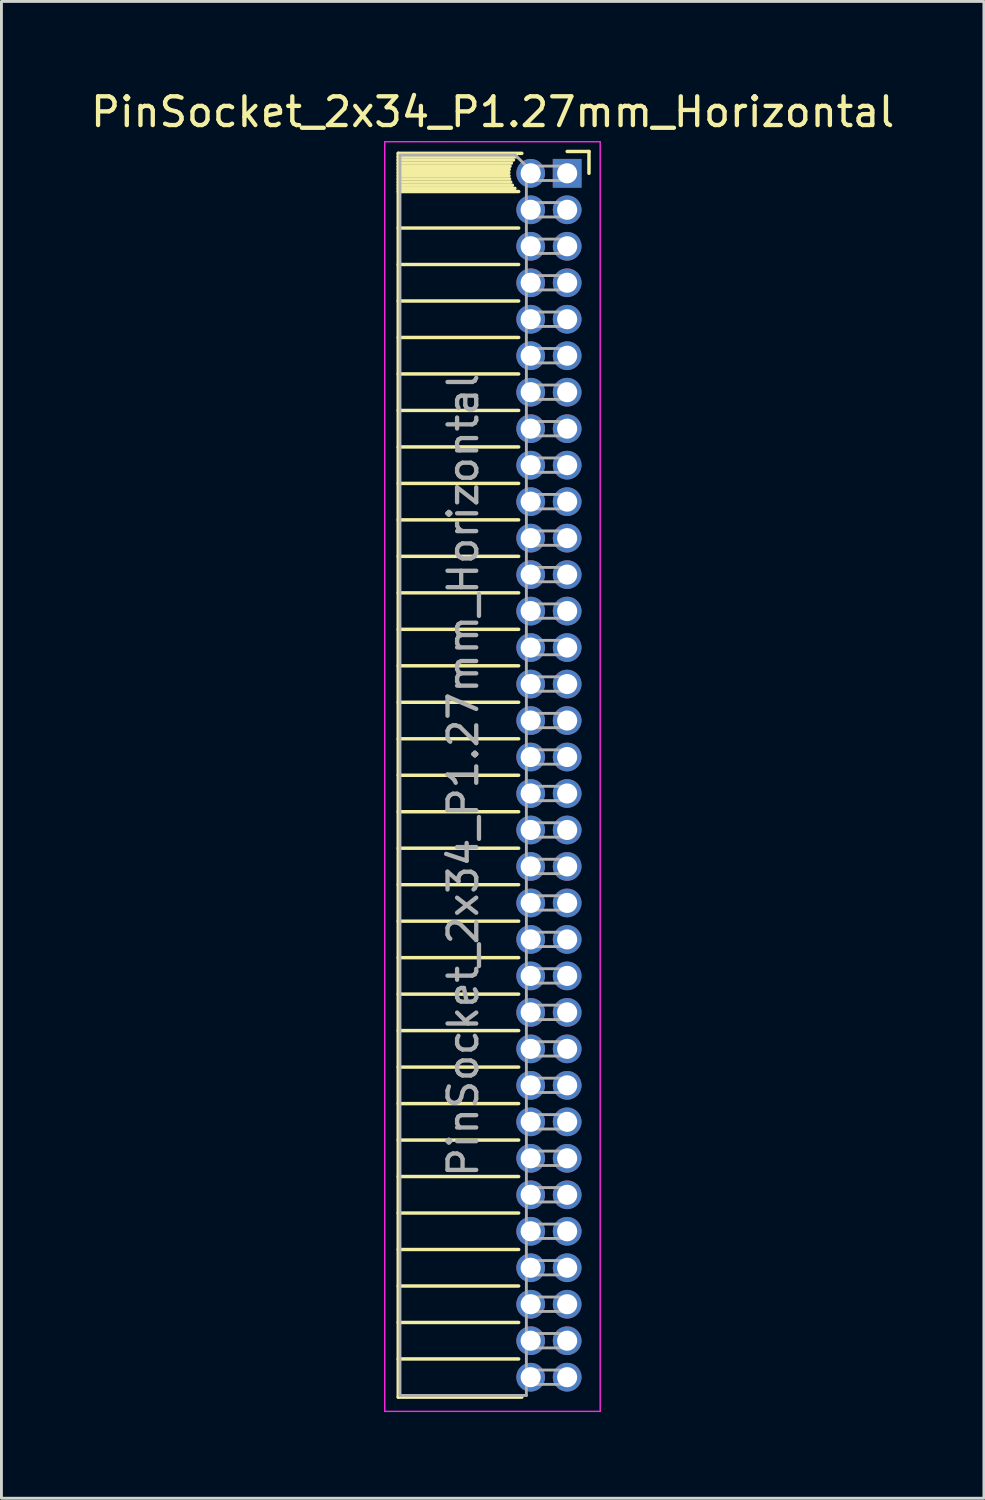
<source format=kicad_pcb>
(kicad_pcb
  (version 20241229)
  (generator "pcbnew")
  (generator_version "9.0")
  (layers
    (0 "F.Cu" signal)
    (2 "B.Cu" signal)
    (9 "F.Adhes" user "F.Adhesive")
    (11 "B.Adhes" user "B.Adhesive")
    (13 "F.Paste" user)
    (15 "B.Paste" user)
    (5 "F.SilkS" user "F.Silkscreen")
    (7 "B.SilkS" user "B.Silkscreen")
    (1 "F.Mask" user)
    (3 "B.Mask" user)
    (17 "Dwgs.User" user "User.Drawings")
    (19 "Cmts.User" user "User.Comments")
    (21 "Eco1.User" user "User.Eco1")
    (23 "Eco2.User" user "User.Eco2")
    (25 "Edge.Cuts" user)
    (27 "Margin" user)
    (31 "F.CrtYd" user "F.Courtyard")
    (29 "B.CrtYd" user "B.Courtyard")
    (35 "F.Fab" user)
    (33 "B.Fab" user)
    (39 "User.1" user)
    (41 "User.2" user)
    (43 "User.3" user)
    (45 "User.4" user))
  (footprint "PinSocket_2x34_P1.27mm_Horizontal"
    (layer "F.Cu")
    (at 16.694 2.983)
    (property "Reference" "PinSocket_2x34_P1.27mm_Horizontal" (at -2.592 -2.135 0) (layer "F.SilkS") (effects (font (size 1 1) (thickness 0.15))))
    (attr through_hole)
    (fp_line (start -5.88 -0.695) (end -5.88 42.605) (stroke (width 0.12) (type solid)) (layer "F.SilkS"))
    (fp_line (start -5.88 -0.695) (end -1.578 -0.695) (stroke (width 0.12) (type solid)) (layer "F.SilkS"))
    (fp_line (start -5.88 -0.575) (end -1.767 -0.575) (stroke (width 0.12) (type solid)) (layer "F.SilkS"))
    (fp_line (start -5.88 -0.465) (end -1.871 -0.465) (stroke (width 0.12) (type solid)) (layer "F.SilkS"))
    (fp_line (start -5.88 -0.355) (end -1.942 -0.355) (stroke (width 0.12) (type solid)) (layer "F.SilkS"))
    (fp_line (start -5.88 -0.245) (end -1.989 -0.245) (stroke (width 0.12) (type solid)) (layer "F.SilkS"))
    (fp_line (start -5.88 -0.135) (end -2.018 -0.135) (stroke (width 0.12) (type solid)) (layer "F.SilkS"))
    (fp_line (start -5.88 -0.025) (end -2.03 -0.025) (stroke (width 0.12) (type solid)) (layer "F.SilkS"))
    (fp_line (start -5.88 0.085) (end -2.025 0.085) (stroke (width 0.12) (type solid)) (layer "F.SilkS"))
    (fp_line (start -5.88 0.195) (end -2.005 0.195) (stroke (width 0.12) (type solid)) (layer "F.SilkS"))
    (fp_line (start -5.88 0.305) (end -1.966 0.305) (stroke (width 0.12) (type solid)) (layer "F.SilkS"))
    (fp_line (start -5.88 0.415) (end -1.907 0.415) (stroke (width 0.12) (type solid)) (layer "F.SilkS"))
    (fp_line (start -5.88 0.525) (end -1.82 0.525) (stroke (width 0.12) (type solid)) (layer "F.SilkS"))
    (fp_line (start -5.88 0.635) (end -1.688 0.635) (stroke (width 0.12) (type solid)) (layer "F.SilkS"))
    (fp_line (start -5.88 1.905) (end -1.688 1.905) (stroke (width 0.12) (type solid)) (layer "F.SilkS"))
    (fp_line (start -5.88 3.175) (end -1.688 3.175) (stroke (width 0.12) (type solid)) (layer "F.SilkS"))
    (fp_line (start -5.88 4.445) (end -1.688 4.445) (stroke (width 0.12) (type solid)) (layer "F.SilkS"))
    (fp_line (start -5.88 5.715) (end -1.688 5.715) (stroke (width 0.12) (type solid)) (layer "F.SilkS"))
    (fp_line (start -5.88 6.985) (end -1.688 6.985) (stroke (width 0.12) (type solid)) (layer "F.SilkS"))
    (fp_line (start -5.88 8.255) (end -1.688 8.255) (stroke (width 0.12) (type solid)) (layer "F.SilkS"))
    (fp_line (start -5.88 9.525) (end -1.688 9.525) (stroke (width 0.12) (type solid)) (layer "F.SilkS"))
    (fp_line (start -5.88 10.795) (end -1.688 10.795) (stroke (width 0.12) (type solid)) (layer "F.SilkS"))
    (fp_line (start -5.88 12.065) (end -1.688 12.065) (stroke (width 0.12) (type solid)) (layer "F.SilkS"))
    (fp_line (start -5.88 13.335) (end -1.688 13.335) (stroke (width 0.12) (type solid)) (layer "F.SilkS"))
    (fp_line (start -5.88 14.605) (end -1.688 14.605) (stroke (width 0.12) (type solid)) (layer "F.SilkS"))
    (fp_line (start -5.88 15.875) (end -1.688 15.875) (stroke (width 0.12) (type solid)) (layer "F.SilkS"))
    (fp_line (start -5.88 17.145) (end -1.688 17.145) (stroke (width 0.12) (type solid)) (layer "F.SilkS"))
    (fp_line (start -5.88 18.415) (end -1.688 18.415) (stroke (width 0.12) (type solid)) (layer "F.SilkS"))
    (fp_line (start -5.88 19.685) (end -1.688 19.685) (stroke (width 0.12) (type solid)) (layer "F.SilkS"))
    (fp_line (start -5.88 20.955) (end -1.688 20.955) (stroke (width 0.12) (type solid)) (layer "F.SilkS"))
    (fp_line (start -5.88 22.225) (end -1.688 22.225) (stroke (width 0.12) (type solid)) (layer "F.SilkS"))
    (fp_line (start -5.88 23.495) (end -1.688 23.495) (stroke (width 0.12) (type solid)) (layer "F.SilkS"))
    (fp_line (start -5.88 24.765) (end -1.688 24.765) (stroke (width 0.12) (type solid)) (layer "F.SilkS"))
    (fp_line (start -5.88 26.035) (end -1.688 26.035) (stroke (width 0.12) (type solid)) (layer "F.SilkS"))
    (fp_line (start -5.88 27.305) (end -1.688 27.305) (stroke (width 0.12) (type solid)) (layer "F.SilkS"))
    (fp_line (start -5.88 28.575) (end -1.688 28.575) (stroke (width 0.12) (type solid)) (layer "F.SilkS"))
    (fp_line (start -5.88 29.845) (end -1.688 29.845) (stroke (width 0.12) (type solid)) (layer "F.SilkS"))
    (fp_line (start -5.88 31.115) (end -1.688 31.115) (stroke (width 0.12) (type solid)) (layer "F.SilkS"))
    (fp_line (start -5.88 32.385) (end -1.688 32.385) (stroke (width 0.12) (type solid)) (layer "F.SilkS"))
    (fp_line (start -5.88 33.655) (end -1.688 33.655) (stroke (width 0.12) (type solid)) (layer "F.SilkS"))
    (fp_line (start -5.88 34.925) (end -1.688 34.925) (stroke (width 0.12) (type solid)) (layer "F.SilkS"))
    (fp_line (start -5.88 36.195) (end -1.688 36.195) (stroke (width 0.12) (type solid)) (layer "F.SilkS"))
    (fp_line (start -5.88 37.465) (end -1.688 37.465) (stroke (width 0.12) (type solid)) (layer "F.SilkS"))
    (fp_line (start -5.88 38.735) (end -1.688 38.735) (stroke (width 0.12) (type solid)) (layer "F.SilkS"))
    (fp_line (start -5.88 40.005) (end -1.688 40.005) (stroke (width 0.12) (type solid)) (layer "F.SilkS"))
    (fp_line (start -5.88 41.275) (end -1.688 41.275) (stroke (width 0.12) (type solid)) (layer "F.SilkS"))
    (fp_line (start -5.88 42.605) (end -1.578 42.605) (stroke (width 0.12) (type solid)) (layer "F.SilkS"))
    (fp_line (start 0 -0.76) (end 0.76 -0.76) (stroke (width 0.12) (type solid)) (layer "F.SilkS"))
    (fp_line (start 0.76 -0.76) (end 0.76 0) (stroke (width 0.12) (type solid)) (layer "F.SilkS"))
    (fp_line (start -6.35 -1.1) (end -6.35 43.1) (stroke (width 0.05) (type solid)) (layer "F.CrtYd"))
    (fp_line (start -6.35 43.1) (end 1.15 43.1) (stroke (width 0.05) (type solid)) (layer "F.CrtYd"))
    (fp_line (start 1.15 -1.1) (end -6.35 -1.1) (stroke (width 0.05) (type solid)) (layer "F.CrtYd"))
    (fp_line (start 1.15 43.1) (end 1.15 -1.1) (stroke (width 0.05) (type solid)) (layer "F.CrtYd"))
    (fp_line (start -5.82 -0.635) (end -1.805 -0.635) (stroke (width 0.1) (type solid)) (layer "F.Fab"))
    (fp_line (start -5.82 42.545) (end -5.82 -0.635) (stroke (width 0.1) (type solid)) (layer "F.Fab"))
    (fp_line (start -1.805 -0.635) (end -1.42 -0.25) (stroke (width 0.1) (type solid)) (layer "F.Fab"))
    (fp_line (start -1.42 -0.25) (end -1.42 42.545) (stroke (width 0.1) (type solid)) (layer "F.Fab"))
    (fp_line (start -1.42 0.25) (end 0 0.25) (stroke (width 0.1) (type solid)) (layer "F.Fab"))
    (fp_line (start -1.42 1.52) (end 0 1.52) (stroke (width 0.1) (type solid)) (layer "F.Fab"))
    (fp_line (start -1.42 2.79) (end 0 2.79) (stroke (width 0.1) (type solid)) (layer "F.Fab"))
    (fp_line (start -1.42 4.06) (end 0 4.06) (stroke (width 0.1) (type solid)) (layer "F.Fab"))
    (fp_line (start -1.42 5.33) (end 0 5.33) (stroke (width 0.1) (type solid)) (layer "F.Fab"))
    (fp_line (start -1.42 6.6) (end 0 6.6) (stroke (width 0.1) (type solid)) (layer "F.Fab"))
    (fp_line (start -1.42 7.87) (end 0 7.87) (stroke (width 0.1) (type solid)) (layer "F.Fab"))
    (fp_line (start -1.42 9.14) (end 0 9.14) (stroke (width 0.1) (type solid)) (layer "F.Fab"))
    (fp_line (start -1.42 10.41) (end 0 10.41) (stroke (width 0.1) (type solid)) (layer "F.Fab"))
    (fp_line (start -1.42 11.68) (end 0 11.68) (stroke (width 0.1) (type solid)) (layer "F.Fab"))
    (fp_line (start -1.42 12.95) (end 0 12.95) (stroke (width 0.1) (type solid)) (layer "F.Fab"))
    (fp_line (start -1.42 14.22) (end 0 14.22) (stroke (width 0.1) (type solid)) (layer "F.Fab"))
    (fp_line (start -1.42 15.49) (end 0 15.49) (stroke (width 0.1) (type solid)) (layer "F.Fab"))
    (fp_line (start -1.42 16.76) (end 0 16.76) (stroke (width 0.1) (type solid)) (layer "F.Fab"))
    (fp_line (start -1.42 18.03) (end 0 18.03) (stroke (width 0.1) (type solid)) (layer "F.Fab"))
    (fp_line (start -1.42 19.3) (end 0 19.3) (stroke (width 0.1) (type solid)) (layer "F.Fab"))
    (fp_line (start -1.42 20.57) (end 0 20.57) (stroke (width 0.1) (type solid)) (layer "F.Fab"))
    (fp_line (start -1.42 21.84) (end 0 21.84) (stroke (width 0.1) (type solid)) (layer "F.Fab"))
    (fp_line (start -1.42 23.11) (end 0 23.11) (stroke (width 0.1) (type solid)) (layer "F.Fab"))
    (fp_line (start -1.42 24.38) (end 0 24.38) (stroke (width 0.1) (type solid)) (layer "F.Fab"))
    (fp_line (start -1.42 25.65) (end 0 25.65) (stroke (width 0.1) (type solid)) (layer "F.Fab"))
    (fp_line (start -1.42 26.92) (end 0 26.92) (stroke (width 0.1) (type solid)) (layer "F.Fab"))
    (fp_line (start -1.42 28.19) (end 0 28.19) (stroke (width 0.1) (type solid)) (layer "F.Fab"))
    (fp_line (start -1.42 29.46) (end 0 29.46) (stroke (width 0.1) (type solid)) (layer "F.Fab"))
    (fp_line (start -1.42 30.73) (end 0 30.73) (stroke (width 0.1) (type solid)) (layer "F.Fab"))
    (fp_line (start -1.42 32) (end 0 32) (stroke (width 0.1) (type solid)) (layer "F.Fab"))
    (fp_line (start -1.42 33.27) (end 0 33.27) (stroke (width 0.1) (type solid)) (layer "F.Fab"))
    (fp_line (start -1.42 34.54) (end 0 34.54) (stroke (width 0.1) (type solid)) (layer "F.Fab"))
    (fp_line (start -1.42 35.81) (end 0 35.81) (stroke (width 0.1) (type solid)) (layer "F.Fab"))
    (fp_line (start -1.42 37.08) (end 0 37.08) (stroke (width 0.1) (type solid)) (layer "F.Fab"))
    (fp_line (start -1.42 38.35) (end 0 38.35) (stroke (width 0.1) (type solid)) (layer "F.Fab"))
    (fp_line (start -1.42 39.62) (end 0 39.62) (stroke (width 0.1) (type solid)) (layer "F.Fab"))
    (fp_line (start -1.42 40.89) (end 0 40.89) (stroke (width 0.1) (type solid)) (layer "F.Fab"))
    (fp_line (start -1.42 42.16) (end 0 42.16) (stroke (width 0.1) (type solid)) (layer "F.Fab"))
    (fp_line (start -1.42 42.545) (end -5.82 42.545) (stroke (width 0.1) (type solid)) (layer "F.Fab"))
    (fp_line (start 0 -0.25) (end -1.42 -0.25) (stroke (width 0.1) (type solid)) (layer "F.Fab"))
    (fp_line (start 0 0.25) (end 0 -0.25) (stroke (width 0.1) (type solid)) (layer "F.Fab"))
    (fp_line (start 0 1.02) (end -1.42 1.02) (stroke (width 0.1) (type solid)) (layer "F.Fab"))
    (fp_line (start 0 1.52) (end 0 1.02) (stroke (width 0.1) (type solid)) (layer "F.Fab"))
    (fp_line (start 0 2.29) (end -1.42 2.29) (stroke (width 0.1) (type solid)) (layer "F.Fab"))
    (fp_line (start 0 2.79) (end 0 2.29) (stroke (width 0.1) (type solid)) (layer "F.Fab"))
    (fp_line (start 0 3.56) (end -1.42 3.56) (stroke (width 0.1) (type solid)) (layer "F.Fab"))
    (fp_line (start 0 4.06) (end 0 3.56) (stroke (width 0.1) (type solid)) (layer "F.Fab"))
    (fp_line (start 0 4.83) (end -1.42 4.83) (stroke (width 0.1) (type solid)) (layer "F.Fab"))
    (fp_line (start 0 5.33) (end 0 4.83) (stroke (width 0.1) (type solid)) (layer "F.Fab"))
    (fp_line (start 0 6.1) (end -1.42 6.1) (stroke (width 0.1) (type solid)) (layer "F.Fab"))
    (fp_line (start 0 6.6) (end 0 6.1) (stroke (width 0.1) (type solid)) (layer "F.Fab"))
    (fp_line (start 0 7.37) (end -1.42 7.37) (stroke (width 0.1) (type solid)) (layer "F.Fab"))
    (fp_line (start 0 7.87) (end 0 7.37) (stroke (width 0.1) (type solid)) (layer "F.Fab"))
    (fp_line (start 0 8.64) (end -1.42 8.64) (stroke (width 0.1) (type solid)) (layer "F.Fab"))
    (fp_line (start 0 9.14) (end 0 8.64) (stroke (width 0.1) (type solid)) (layer "F.Fab"))
    (fp_line (start 0 9.91) (end -1.42 9.91) (stroke (width 0.1) (type solid)) (layer "F.Fab"))
    (fp_line (start 0 10.41) (end 0 9.91) (stroke (width 0.1) (type solid)) (layer "F.Fab"))
    (fp_line (start 0 11.18) (end -1.42 11.18) (stroke (width 0.1) (type solid)) (layer "F.Fab"))
    (fp_line (start 0 11.68) (end 0 11.18) (stroke (width 0.1) (type solid)) (layer "F.Fab"))
    (fp_line (start 0 12.45) (end -1.42 12.45) (stroke (width 0.1) (type solid)) (layer "F.Fab"))
    (fp_line (start 0 12.95) (end 0 12.45) (stroke (width 0.1) (type solid)) (layer "F.Fab"))
    (fp_line (start 0 13.72) (end -1.42 13.72) (stroke (width 0.1) (type solid)) (layer "F.Fab"))
    (fp_line (start 0 14.22) (end 0 13.72) (stroke (width 0.1) (type solid)) (layer "F.Fab"))
    (fp_line (start 0 14.99) (end -1.42 14.99) (stroke (width 0.1) (type solid)) (layer "F.Fab"))
    (fp_line (start 0 15.49) (end 0 14.99) (stroke (width 0.1) (type solid)) (layer "F.Fab"))
    (fp_line (start 0 16.26) (end -1.42 16.26) (stroke (width 0.1) (type solid)) (layer "F.Fab"))
    (fp_line (start 0 16.76) (end 0 16.26) (stroke (width 0.1) (type solid)) (layer "F.Fab"))
    (fp_line (start 0 17.53) (end -1.42 17.53) (stroke (width 0.1) (type solid)) (layer "F.Fab"))
    (fp_line (start 0 18.03) (end 0 17.53) (stroke (width 0.1) (type solid)) (layer "F.Fab"))
    (fp_line (start 0 18.8) (end -1.42 18.8) (stroke (width 0.1) (type solid)) (layer "F.Fab"))
    (fp_line (start 0 19.3) (end 0 18.8) (stroke (width 0.1) (type solid)) (layer "F.Fab"))
    (fp_line (start 0 20.07) (end -1.42 20.07) (stroke (width 0.1) (type solid)) (layer "F.Fab"))
    (fp_line (start 0 20.57) (end 0 20.07) (stroke (width 0.1) (type solid)) (layer "F.Fab"))
    (fp_line (start 0 21.34) (end -1.42 21.34) (stroke (width 0.1) (type solid)) (layer "F.Fab"))
    (fp_line (start 0 21.84) (end 0 21.34) (stroke (width 0.1) (type solid)) (layer "F.Fab"))
    (fp_line (start 0 22.61) (end -1.42 22.61) (stroke (width 0.1) (type solid)) (layer "F.Fab"))
    (fp_line (start 0 23.11) (end 0 22.61) (stroke (width 0.1) (type solid)) (layer "F.Fab"))
    (fp_line (start 0 23.88) (end -1.42 23.88) (stroke (width 0.1) (type solid)) (layer "F.Fab"))
    (fp_line (start 0 24.38) (end 0 23.88) (stroke (width 0.1) (type solid)) (layer "F.Fab"))
    (fp_line (start 0 25.15) (end -1.42 25.15) (stroke (width 0.1) (type solid)) (layer "F.Fab"))
    (fp_line (start 0 25.65) (end 0 25.15) (stroke (width 0.1) (type solid)) (layer "F.Fab"))
    (fp_line (start 0 26.42) (end -1.42 26.42) (stroke (width 0.1) (type solid)) (layer "F.Fab"))
    (fp_line (start 0 26.92) (end 0 26.42) (stroke (width 0.1) (type solid)) (layer "F.Fab"))
    (fp_line (start 0 27.69) (end -1.42 27.69) (stroke (width 0.1) (type solid)) (layer "F.Fab"))
    (fp_line (start 0 28.19) (end 0 27.69) (stroke (width 0.1) (type solid)) (layer "F.Fab"))
    (fp_line (start 0 28.96) (end -1.42 28.96) (stroke (width 0.1) (type solid)) (layer "F.Fab"))
    (fp_line (start 0 29.46) (end 0 28.96) (stroke (width 0.1) (type solid)) (layer "F.Fab"))
    (fp_line (start 0 30.23) (end -1.42 30.23) (stroke (width 0.1) (type solid)) (layer "F.Fab"))
    (fp_line (start 0 30.73) (end 0 30.23) (stroke (width 0.1) (type solid)) (layer "F.Fab"))
    (fp_line (start 0 31.5) (end -1.42 31.5) (stroke (width 0.1) (type solid)) (layer "F.Fab"))
    (fp_line (start 0 32) (end 0 31.5) (stroke (width 0.1) (type solid)) (layer "F.Fab"))
    (fp_line (start 0 32.77) (end -1.42 32.77) (stroke (width 0.1) (type solid)) (layer "F.Fab"))
    (fp_line (start 0 33.27) (end 0 32.77) (stroke (width 0.1) (type solid)) (layer "F.Fab"))
    (fp_line (start 0 34.04) (end -1.42 34.04) (stroke (width 0.1) (type solid)) (layer "F.Fab"))
    (fp_line (start 0 34.54) (end 0 34.04) (stroke (width 0.1) (type solid)) (layer "F.Fab"))
    (fp_line (start 0 35.31) (end -1.42 35.31) (stroke (width 0.1) (type solid)) (layer "F.Fab"))
    (fp_line (start 0 35.81) (end 0 35.31) (stroke (width 0.1) (type solid)) (layer "F.Fab"))
    (fp_line (start 0 36.58) (end -1.42 36.58) (stroke (width 0.1) (type solid)) (layer "F.Fab"))
    (fp_line (start 0 37.08) (end 0 36.58) (stroke (width 0.1) (type solid)) (layer "F.Fab"))
    (fp_line (start 0 37.85) (end -1.42 37.85) (stroke (width 0.1) (type solid)) (layer "F.Fab"))
    (fp_line (start 0 38.35) (end 0 37.85) (stroke (width 0.1) (type solid)) (layer "F.Fab"))
    (fp_line (start 0 39.12) (end -1.42 39.12) (stroke (width 0.1) (type solid)) (layer "F.Fab"))
    (fp_line (start 0 39.62) (end 0 39.12) (stroke (width 0.1) (type solid)) (layer "F.Fab"))
    (fp_line (start 0 40.39) (end -1.42 40.39) (stroke (width 0.1) (type solid)) (layer "F.Fab"))
    (fp_line (start 0 40.89) (end 0 40.39) (stroke (width 0.1) (type solid)) (layer "F.Fab"))
    (fp_line (start 0 41.66) (end -1.42 41.66) (stroke (width 0.1) (type solid)) (layer "F.Fab"))
    (fp_line (start 0 42.16) (end 0 41.66) (stroke (width 0.1) (type solid)) (layer "F.Fab"))
    (fp_text user "${REFERENCE}" (at -3.62 20.955 90) (layer "F.Fab") (effects (font (size 1 1) (thickness 0.15))))
    (pad "1" thru_hole rect (at 0 0) (size 1 1) (drill 0.7) (layers "*.Cu" "*.Mask"))
    (pad "2" thru_hole oval (at -1.27 0) (size 1 1) (drill 0.7) (layers "*.Cu" "*.Mask"))
    (pad "3" thru_hole oval (at 0 1.27) (size 1 1) (drill 0.7) (layers "*.Cu" "*.Mask"))
    (pad "4" thru_hole oval (at -1.27 1.27) (size 1 1) (drill 0.7) (layers "*.Cu" "*.Mask"))
    (pad "5" thru_hole oval (at 0 2.54) (size 1 1) (drill 0.7) (layers "*.Cu" "*.Mask"))
    (pad "6" thru_hole oval (at -1.27 2.54) (size 1 1) (drill 0.7) (layers "*.Cu" "*.Mask"))
    (pad "7" thru_hole oval (at 0 3.81) (size 1 1) (drill 0.7) (layers "*.Cu" "*.Mask"))
    (pad "8" thru_hole oval (at -1.27 3.81) (size 1 1) (drill 0.7) (layers "*.Cu" "*.Mask"))
    (pad "9" thru_hole oval (at 0 5.08) (size 1 1) (drill 0.7) (layers "*.Cu" "*.Mask"))
    (pad "10" thru_hole oval (at -1.27 5.08) (size 1 1) (drill 0.7) (layers "*.Cu" "*.Mask"))
    (pad "11" thru_hole oval (at 0 6.35) (size 1 1) (drill 0.7) (layers "*.Cu" "*.Mask"))
    (pad "12" thru_hole oval (at -1.27 6.35) (size 1 1) (drill 0.7) (layers "*.Cu" "*.Mask"))
    (pad "13" thru_hole oval (at 0 7.62) (size 1 1) (drill 0.7) (layers "*.Cu" "*.Mask"))
    (pad "14" thru_hole oval (at -1.27 7.62) (size 1 1) (drill 0.7) (layers "*.Cu" "*.Mask"))
    (pad "15" thru_hole oval (at 0 8.89) (size 1 1) (drill 0.7) (layers "*.Cu" "*.Mask"))
    (pad "16" thru_hole oval (at -1.27 8.89) (size 1 1) (drill 0.7) (layers "*.Cu" "*.Mask"))
    (pad "17" thru_hole oval (at 0 10.16) (size 1 1) (drill 0.7) (layers "*.Cu" "*.Mask"))
    (pad "18" thru_hole oval (at -1.27 10.16) (size 1 1) (drill 0.7) (layers "*.Cu" "*.Mask"))
    (pad "19" thru_hole oval (at 0 11.43) (size 1 1) (drill 0.7) (layers "*.Cu" "*.Mask"))
    (pad "20" thru_hole oval (at -1.27 11.43) (size 1 1) (drill 0.7) (layers "*.Cu" "*.Mask"))
    (pad "21" thru_hole oval (at 0 12.7) (size 1 1) (drill 0.7) (layers "*.Cu" "*.Mask"))
    (pad "22" thru_hole oval (at -1.27 12.7) (size 1 1) (drill 0.7) (layers "*.Cu" "*.Mask"))
    (pad "23" thru_hole oval (at 0 13.97) (size 1 1) (drill 0.7) (layers "*.Cu" "*.Mask"))
    (pad "24" thru_hole oval (at -1.27 13.97) (size 1 1) (drill 0.7) (layers "*.Cu" "*.Mask"))
    (pad "25" thru_hole oval (at 0 15.24) (size 1 1) (drill 0.7) (layers "*.Cu" "*.Mask"))
    (pad "26" thru_hole oval (at -1.27 15.24) (size 1 1) (drill 0.7) (layers "*.Cu" "*.Mask"))
    (pad "27" thru_hole oval (at 0 16.51) (size 1 1) (drill 0.7) (layers "*.Cu" "*.Mask"))
    (pad "28" thru_hole oval (at -1.27 16.51) (size 1 1) (drill 0.7) (layers "*.Cu" "*.Mask"))
    (pad "29" thru_hole oval (at 0 17.78) (size 1 1) (drill 0.7) (layers "*.Cu" "*.Mask"))
    (pad "30" thru_hole oval (at -1.27 17.78) (size 1 1) (drill 0.7) (layers "*.Cu" "*.Mask"))
    (pad "31" thru_hole oval (at 0 19.05) (size 1 1) (drill 0.7) (layers "*.Cu" "*.Mask"))
    (pad "32" thru_hole oval (at -1.27 19.05) (size 1 1) (drill 0.7) (layers "*.Cu" "*.Mask"))
    (pad "33" thru_hole oval (at 0 20.32) (size 1 1) (drill 0.7) (layers "*.Cu" "*.Mask"))
    (pad "34" thru_hole oval (at -1.27 20.32) (size 1 1) (drill 0.7) (layers "*.Cu" "*.Mask"))
    (pad "35" thru_hole oval (at 0 21.59) (size 1 1) (drill 0.7) (layers "*.Cu" "*.Mask"))
    (pad "36" thru_hole oval (at -1.27 21.59) (size 1 1) (drill 0.7) (layers "*.Cu" "*.Mask"))
    (pad "37" thru_hole oval (at 0 22.86) (size 1 1) (drill 0.7) (layers "*.Cu" "*.Mask"))
    (pad "38" thru_hole oval (at -1.27 22.86) (size 1 1) (drill 0.7) (layers "*.Cu" "*.Mask"))
    (pad "39" thru_hole oval (at 0 24.13) (size 1 1) (drill 0.7) (layers "*.Cu" "*.Mask"))
    (pad "40" thru_hole oval (at -1.27 24.13) (size 1 1) (drill 0.7) (layers "*.Cu" "*.Mask"))
    (pad "41" thru_hole oval (at 0 25.4) (size 1 1) (drill 0.7) (layers "*.Cu" "*.Mask"))
    (pad "42" thru_hole oval (at -1.27 25.4) (size 1 1) (drill 0.7) (layers "*.Cu" "*.Mask"))
    (pad "43" thru_hole oval (at 0 26.67) (size 1 1) (drill 0.7) (layers "*.Cu" "*.Mask"))
    (pad "44" thru_hole oval (at -1.27 26.67) (size 1 1) (drill 0.7) (layers "*.Cu" "*.Mask"))
    (pad "45" thru_hole oval (at 0 27.94) (size 1 1) (drill 0.7) (layers "*.Cu" "*.Mask"))
    (pad "46" thru_hole oval (at -1.27 27.94) (size 1 1) (drill 0.7) (layers "*.Cu" "*.Mask"))
    (pad "47" thru_hole oval (at 0 29.21) (size 1 1) (drill 0.7) (layers "*.Cu" "*.Mask"))
    (pad "48" thru_hole oval (at -1.27 29.21) (size 1 1) (drill 0.7) (layers "*.Cu" "*.Mask"))
    (pad "49" thru_hole oval (at 0 30.48) (size 1 1) (drill 0.7) (layers "*.Cu" "*.Mask"))
    (pad "50" thru_hole oval (at -1.27 30.48) (size 1 1) (drill 0.7) (layers "*.Cu" "*.Mask"))
    (pad "51" thru_hole oval (at 0 31.75) (size 1 1) (drill 0.7) (layers "*.Cu" "*.Mask"))
    (pad "52" thru_hole oval (at -1.27 31.75) (size 1 1) (drill 0.7) (layers "*.Cu" "*.Mask"))
    (pad "53" thru_hole oval (at 0 33.02) (size 1 1) (drill 0.7) (layers "*.Cu" "*.Mask"))
    (pad "54" thru_hole oval (at -1.27 33.02) (size 1 1) (drill 0.7) (layers "*.Cu" "*.Mask"))
    (pad "55" thru_hole oval (at 0 34.29) (size 1 1) (drill 0.7) (layers "*.Cu" "*.Mask"))
    (pad "56" thru_hole oval (at -1.27 34.29) (size 1 1) (drill 0.7) (layers "*.Cu" "*.Mask"))
    (pad "57" thru_hole oval (at 0 35.56) (size 1 1) (drill 0.7) (layers "*.Cu" "*.Mask"))
    (pad "58" thru_hole oval (at -1.27 35.56) (size 1 1) (drill 0.7) (layers "*.Cu" "*.Mask"))
    (pad "59" thru_hole oval (at 0 36.83) (size 1 1) (drill 0.7) (layers "*.Cu" "*.Mask"))
    (pad "60" thru_hole oval (at -1.27 36.83) (size 1 1) (drill 0.7) (layers "*.Cu" "*.Mask"))
    (pad "61" thru_hole oval (at 0 38.1) (size 1 1) (drill 0.7) (layers "*.Cu" "*.Mask"))
    (pad "62" thru_hole oval (at -1.27 38.1) (size 1 1) (drill 0.7) (layers "*.Cu" "*.Mask"))
    (pad "63" thru_hole oval (at 0 39.37) (size 1 1) (drill 0.7) (layers "*.Cu" "*.Mask"))
    (pad "64" thru_hole oval (at -1.27 39.37) (size 1 1) (drill 0.7) (layers "*.Cu" "*.Mask"))
    (pad "65" thru_hole oval (at 0 40.64) (size 1 1) (drill 0.7) (layers "*.Cu" "*.Mask"))
    (pad "66" thru_hole oval (at -1.27 40.64) (size 1 1) (drill 0.7) (layers "*.Cu" "*.Mask"))
    (pad "67" thru_hole oval (at 0 41.91) (size 1 1) (drill 0.7) (layers "*.Cu" "*.Mask"))
    (pad "68" thru_hole oval (at -1.27 41.91) (size 1 1) (drill 0.7) (layers "*.Cu" "*.Mask")))
  (gr_rect
    (start -3 -3)
    (end 31.202 49.108)
    (stroke (width 0.1) (type default))
    (fill no)
    (layer "Edge.Cuts")))
</source>
